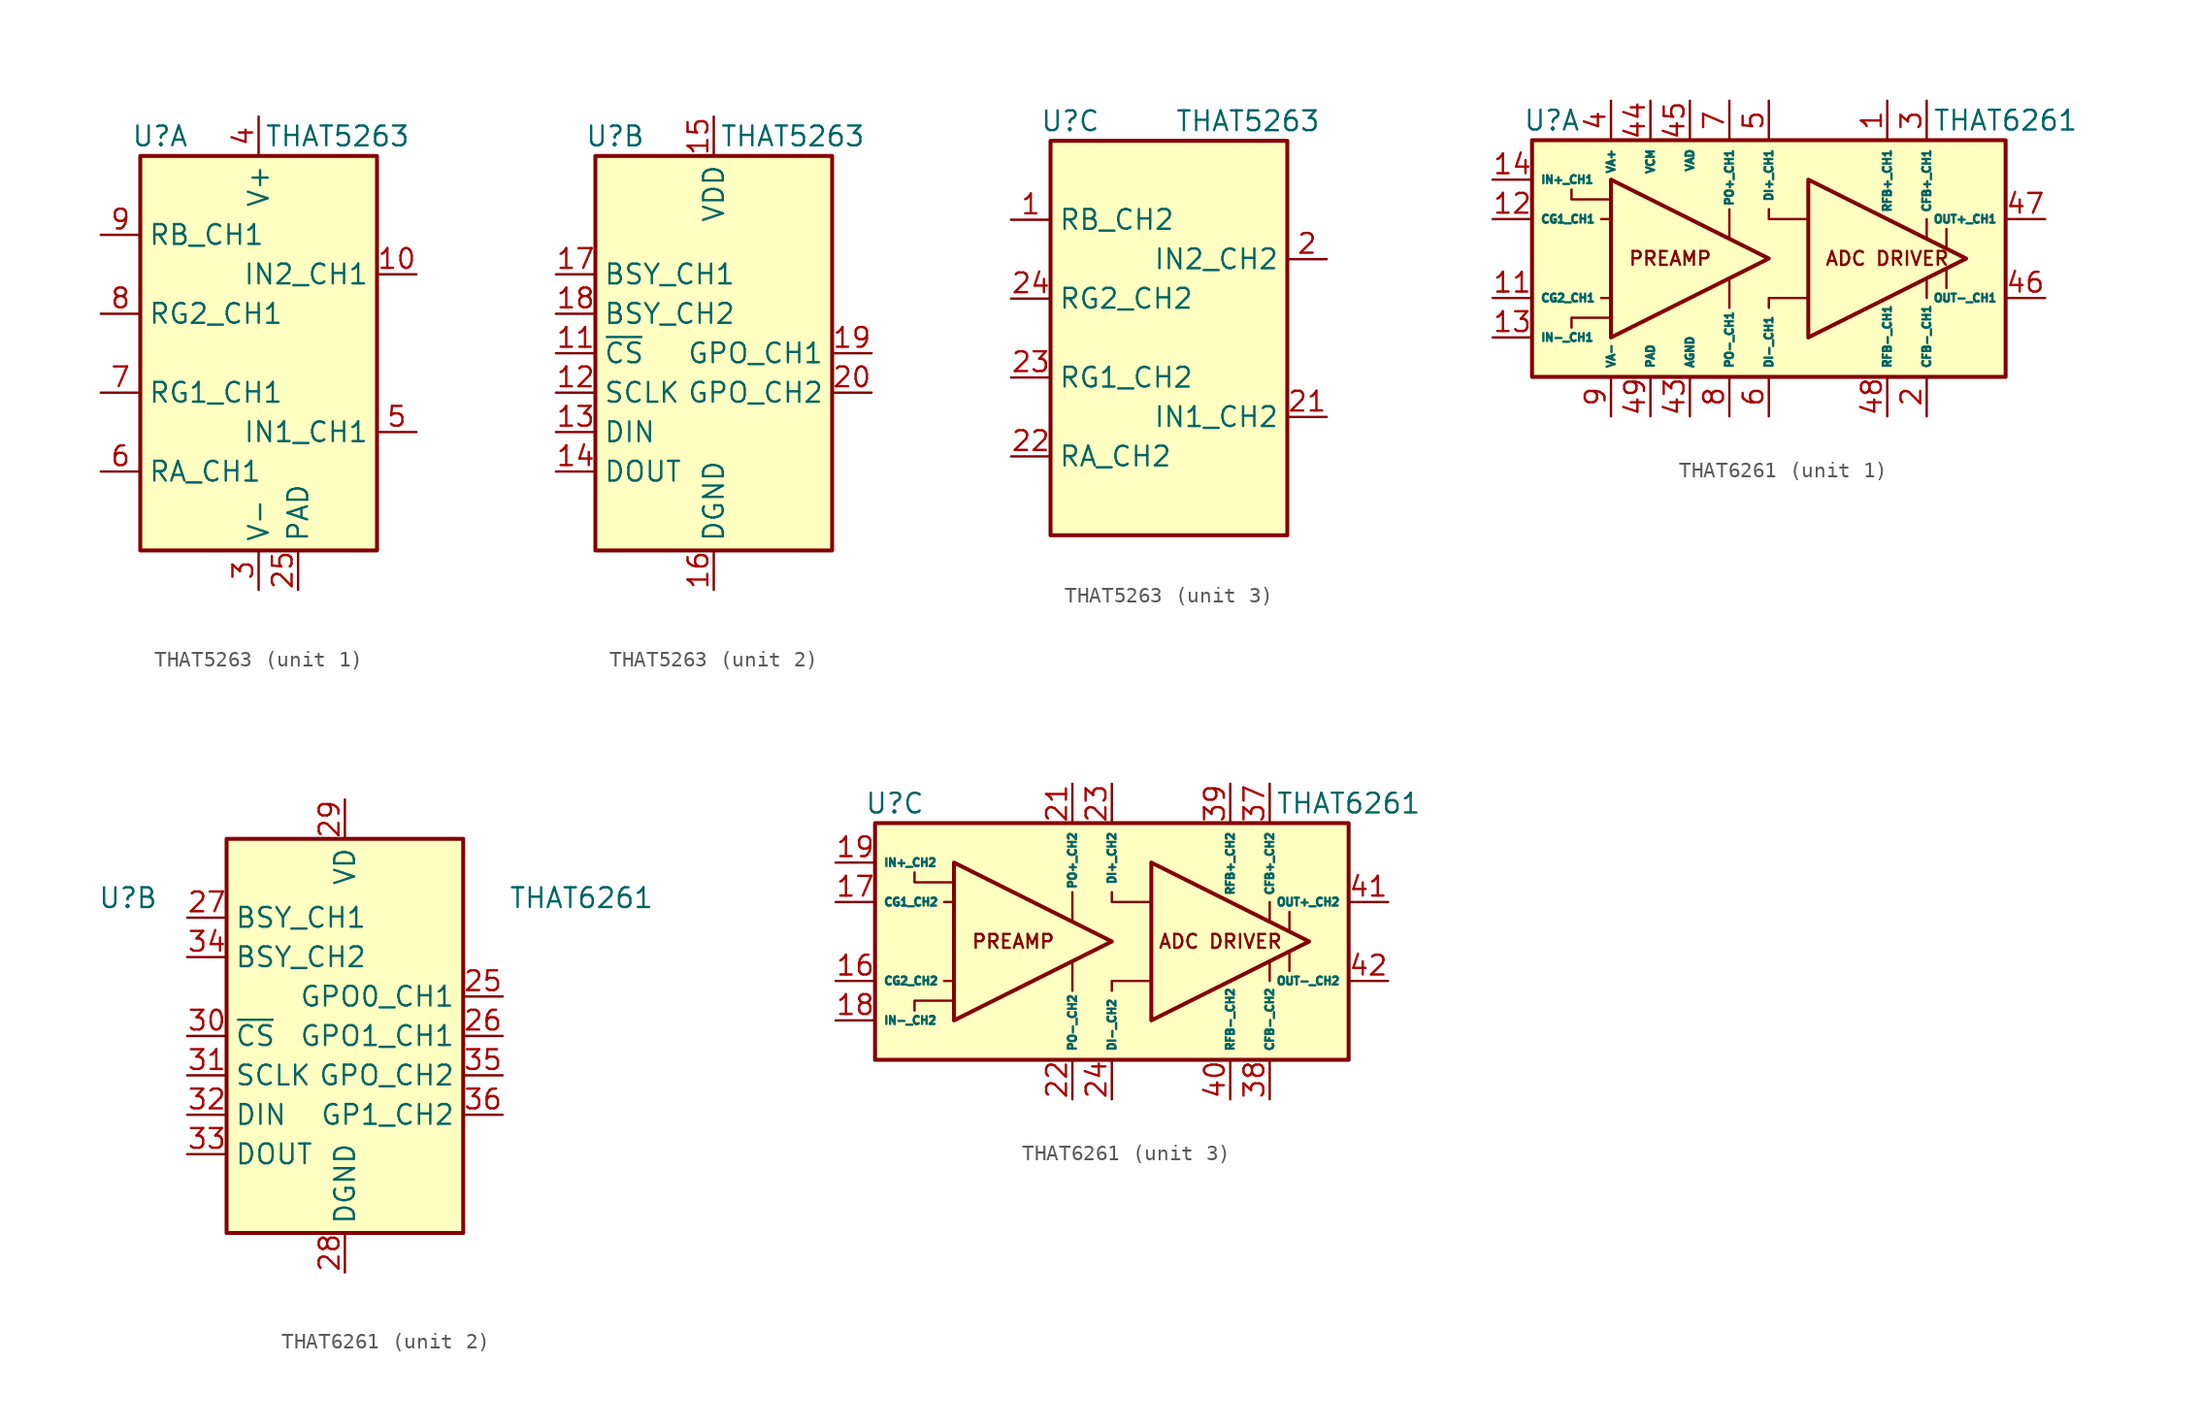
<source format=kicad_sym>
(kicad_symbol_lib
  (version 20201005)
  (generator kicad_symbol_editor)
  (symbol "THAT5263"
    (property "Reference" "U"
      (at -6.35 13.97 0)
      (effects (font (size 1.27 1.27))))
    (property "Value" "THAT5263"
      (at 5.08 13.97 0)
      (effects (font (size 1.27 1.27))))
    (property "ki_locked" ""
      (at 0 0 0)
      (effects (font (size 1.27 1.27))))
    (symbol "THAT5263_0_1"
      (rectangle (start -7.62 12.7) (end 7.62 -12.7) (stroke (width 0.254)) (fill (type background))))
    (symbol "THAT5263_1_1"
      (pin input line (at 10.16 5.08 180) (length 2.54) (name "IN2_CH1" (effects (font (size 1.27 1.27)))) (number "10" (effects (font (size 1.27 1.27)))))
      (pin passive line (at 2.54 -15.24 90) (length 2.54) (name "PAD" (effects (font (size 1.27 1.27)))) (number "25" (effects (font (size 1.27 1.27)))))
      (pin power_in line (at 0 -15.24 90) (length 2.54) (name "V-" (effects (font (size 1.27 1.27)))) (number "3" (effects (font (size 1.27 1.27)))))
      (pin power_in line (at 0 15.24 270) (length 2.54) (name "V+" (effects (font (size 1.27 1.27)))) (number "4" (effects (font (size 1.27 1.27)))))
      (pin input line (at 10.16 -5.08 180) (length 2.54) (name "IN1_CH1" (effects (font (size 1.27 1.27)))) (number "5" (effects (font (size 1.27 1.27)))))
      (pin passive line (at -10.16 -7.62 0) (length 2.54) (name "RA_CH1" (effects (font (size 1.27 1.27)))) (number "6" (effects (font (size 1.27 1.27)))))
      (pin passive line (at -10.16 -2.54 0) (length 2.54) (name "RG1_CH1" (effects (font (size 1.27 1.27)))) (number "7" (effects (font (size 1.27 1.27)))))
      (pin passive line (at -10.16 2.54 0) (length 2.54) (name "RG2_CH1" (effects (font (size 1.27 1.27)))) (number "8" (effects (font (size 1.27 1.27)))))
      (pin passive line (at -10.16 7.62 0) (length 2.54) (name "RB_CH1" (effects (font (size 1.27 1.27)))) (number "9" (effects (font (size 1.27 1.27))))))
    (symbol "THAT5263_2_1"
      (pin input line (at -10.16 0 0) (length 2.54) (name "~CS" (effects (font (size 1.27 1.27)))) (number "11" (effects (font (size 1.27 1.27)))))
      (pin input line (at -10.16 -2.54 0) (length 2.54) (name "SCLK" (effects (font (size 1.27 1.27)))) (number "12" (effects (font (size 1.27 1.27)))))
      (pin input line (at -10.16 -5.08 0) (length 2.54) (name "DIN" (effects (font (size 1.27 1.27)))) (number "13" (effects (font (size 1.27 1.27)))))
      (pin tri_state line (at -10.16 -7.62 0) (length 2.54) (name "DOUT" (effects (font (size 1.27 1.27)))) (number "14" (effects (font (size 1.27 1.27)))))
      (pin power_in line (at 0 15.24 270) (length 2.54) (name "VDD" (effects (font (size 1.27 1.27)))) (number "15" (effects (font (size 1.27 1.27)))))
      (pin power_in line (at 0 -15.24 90) (length 2.54) (name "DGND" (effects (font (size 1.27 1.27)))) (number "16" (effects (font (size 1.27 1.27)))))
      (pin output line (at -10.16 5.08 0) (length 2.54) (name "BSY_CH1" (effects (font (size 1.27 1.27)))) (number "17" (effects (font (size 1.27 1.27)))))
      (pin output line (at -10.16 2.54 0) (length 2.54) (name "BSY_CH2" (effects (font (size 1.27 1.27)))) (number "18" (effects (font (size 1.27 1.27)))))
      (pin output line (at 10.16 0 180) (length 2.54) (name "GPO_CH1" (effects (font (size 1.27 1.27)))) (number "19" (effects (font (size 1.27 1.27)))))
      (pin output line (at 10.16 -2.54 180) (length 2.54) (name "GPO_CH2" (effects (font (size 1.27 1.27)))) (number "20" (effects (font (size 1.27 1.27))))))
    (symbol "THAT5263_3_1"
      (pin passive line (at -10.16 7.62 0) (length 2.54) (name "RB_CH2" (effects (font (size 1.27 1.27)))) (number "1" (effects (font (size 1.27 1.27)))))
      (pin input line (at 10.16 5.08 180) (length 2.54) (name "IN2_CH2" (effects (font (size 1.27 1.27)))) (number "2" (effects (font (size 1.27 1.27)))))
      (pin input line (at 10.16 -5.08 180) (length 2.54) (name "IN1_CH2" (effects (font (size 1.27 1.27)))) (number "21" (effects (font (size 1.27 1.27)))))
      (pin passive line (at -10.16 -7.62 0) (length 2.54) (name "RA_CH2" (effects (font (size 1.27 1.27)))) (number "22" (effects (font (size 1.27 1.27)))))
      (pin passive line (at -10.16 -2.54 0) (length 2.54) (name "RG1_CH2" (effects (font (size 1.27 1.27)))) (number "23" (effects (font (size 1.27 1.27)))))
      (pin passive line (at -10.16 2.54 0) (length 2.54) (name "RG2_CH2" (effects (font (size 1.27 1.27)))) (number "24" (effects (font (size 1.27 1.27)))))))
  (symbol "THAT6261"
    (property "Reference" "U"
      (at -13.97 8.89 0)
      (effects (font (size 1.27 1.27))))
    (property "Value" "THAT6261"
      (at 15.24 8.89 0)
      (effects (font (size 1.27 1.27))))
    (property "ki_locked" ""
      (at 0 0 0)
      (effects (font (size 1.27 1.27))))
    (symbol "THAT6261_1_0"
      (text "ADC DRIVER" (at 7.62 0 0) (effects (font (size 0.889 0.889))))
      (text "PREAMP" (at -6.35 0 0) (effects (font (size 0.889 0.889))))
      (polyline (pts (xy -10.795 -2.54) (xy -10.16 -2.54)) (stroke (width 0)) (fill (type none)))
      (polyline (pts (xy -10.795 2.54) (xy -10.16 2.54)) (stroke (width 0)) (fill (type none)))
      (polyline (pts (xy -2.54 -3.175) (xy -2.54 -1.27)) (stroke (width 0)) (fill (type none)))
      (polyline (pts (xy -2.54 3.175) (xy -2.54 1.27)) (stroke (width 0)) (fill (type none)))
      (polyline (pts (xy 10.16 -1.27) (xy 10.16 -2.54)) (stroke (width 0)) (fill (type none)))
      (polyline (pts (xy 10.16 2.54) (xy 10.16 1.27)) (stroke (width 0)) (fill (type none)))
      (polyline (pts (xy 11.43 -1.905) (xy 11.43 -0.635)) (stroke (width 0)) (fill (type none)))
      (polyline (pts (xy 11.43 0.635) (xy 11.43 1.905)) (stroke (width 0)) (fill (type none)))
      (polyline (pts (xy -12.7 -4.445) (xy -12.7 -3.81) (xy -10.16 -3.81)) (stroke (width 0)) (fill (type none)))
      (polyline (pts (xy 0 -3.175) (xy 0 -2.54) (xy 2.54 -2.54)) (stroke (width 0)) (fill (type none)))
      (polyline (pts (xy 0 3.175) (xy 0 2.54) (xy 2.54 2.54)) (stroke (width 0)) (fill (type none)))
      (polyline (pts (xy -12.7 4.445) (xy -12.7 3.81) (xy -10.795 3.81) (xy -10.16 3.81)) (stroke (width 0)) (fill (type none))))
    (symbol "THAT6261_1_1"
      (rectangle (start -15.24 7.62) (end 15.24 -7.62) (stroke (width 0.254)) (fill (type background)))
      (polyline (pts (xy 0 0) (xy -10.16 5.08) (xy -10.16 -5.08) (xy 0 0)) (stroke (width 0.254)) (fill (type background)))
      (polyline (pts (xy 2.54 -5.08) (xy 2.54 5.08) (xy 12.7 0) (xy 2.54 -5.08)) (stroke (width 0.254)) (fill (type background)))
      (pin passive line (at 7.62 10.16 270) (length 2.54) (name "RFB+_CH1" (effects (font (size 0.508 0.508)))) (number "1" (effects (font (size 1.27 1.27)))))
      (pin passive line (at -10.16 10.16 270) (length 2.54) hide (name "VA+" (effects (font (size 0.508 0.508)))) (number "10" (effects (font (size 1.27 1.27)))))
      (pin passive line (at -17.78 -2.54 0) (length 2.54) (name "CG2_CH1" (effects (font (size 0.508 0.508)))) (number "11" (effects (font (size 1.27 1.27)))))
      (pin passive line (at -17.78 2.54 0) (length 2.54) (name "CG1_CH1" (effects (font (size 0.508 0.508)))) (number "12" (effects (font (size 1.27 1.27)))))
      (pin input line (at -17.78 -5.08 0) (length 2.54) (name "IN-_CH1" (effects (font (size 0.508 0.508)))) (number "13" (effects (font (size 1.27 1.27)))))
      (pin input line (at -17.78 5.08 0) (length 2.54) (name "IN+_CH1" (effects (font (size 0.508 0.508)))) (number "14" (effects (font (size 1.27 1.27)))))
      (pin passive line (at -10.16 -10.16 90) (length 2.54) hide (name "VA-" (effects (font (size 0.508 0.508)))) (number "15" (effects (font (size 1.27 1.27)))))
      (pin passive line (at 10.16 -10.16 90) (length 2.54) (name "CFB-_CH1" (effects (font (size 0.508 0.508)))) (number "2" (effects (font (size 1.27 1.27)))))
      (pin passive line (at -10.16 -10.16 90) (length 2.54) hide (name "VA-" (effects (font (size 0.508 0.508)))) (number "20" (effects (font (size 1.27 1.27)))))
      (pin passive line (at 10.16 10.16 270) (length 2.54) (name "CFB+_CH1" (effects (font (size 0.508 0.508)))) (number "3" (effects (font (size 1.27 1.27)))))
      (pin power_in line (at -10.16 10.16 270) (length 2.54) (name "VA+" (effects (font (size 0.508 0.508)))) (number "4" (effects (font (size 1.27 1.27)))))
      (pin power_in line (at -5.08 -10.16 90) (length 2.54) (name "AGND" (effects (font (size 0.508 0.508)))) (number "43" (effects (font (size 1.27 1.27)))))
      (pin power_in line (at -7.62 10.16 270) (length 2.54) (name "VCM" (effects (font (size 0.508 0.508)))) (number "44" (effects (font (size 1.27 1.27)))))
      (pin power_in line (at -5.08 10.16 270) (length 2.54) (name "VAD" (effects (font (size 0.508 0.508)))) (number "45" (effects (font (size 1.27 1.27)))))
      (pin output line (at 17.78 -2.54 180) (length 2.54) (name "OUT-_CH1" (effects (font (size 0.508 0.508)))) (number "46" (effects (font (size 1.27 1.27)))))
      (pin output line (at 17.78 2.54 180) (length 2.54) (name "OUT+_CH1" (effects (font (size 0.508 0.508)))) (number "47" (effects (font (size 1.27 1.27)))))
      (pin passive line (at 7.62 -10.16 90) (length 2.54) (name "RFB-_CH1" (effects (font (size 0.508 0.508)))) (number "48" (effects (font (size 1.27 1.27)))))
      (pin passive line (at -7.62 -10.16 90) (length 2.54) (name "PAD" (effects (font (size 0.508 0.508)))) (number "49" (effects (font (size 1.27 1.27)))))
      (pin input line (at 0 10.16 270) (length 2.54) (name "DI+_CH1" (effects (font (size 0.508 0.508)))) (number "5" (effects (font (size 1.27 1.27)))))
      (pin input line (at 0 -10.16 90) (length 2.54) (name "DI-_CH1" (effects (font (size 0.508 0.508)))) (number "6" (effects (font (size 1.27 1.27)))))
      (pin output line (at -2.54 10.16 270) (length 2.54) (name "PO+_CH1" (effects (font (size 0.508 0.508)))) (number "7" (effects (font (size 1.27 1.27)))))
      (pin output line (at -2.54 -10.16 90) (length 2.54) (name "PO-_CH1" (effects (font (size 0.508 0.508)))) (number "8" (effects (font (size 1.27 1.27)))))
      (pin power_in line (at -10.16 -10.16 90) (length 2.54) (name "VA-" (effects (font (size 0.508 0.508)))) (number "9" (effects (font (size 1.27 1.27))))))
    (symbol "THAT6261_2_1"
      (rectangle (start -7.62 12.7) (end 7.62 -12.7) (stroke (width 0.254)) (fill (type background)))
      (pin output line (at 10.16 2.54 180) (length 2.54) (name "GPO0_CH1" (effects (font (size 1.27 1.27)))) (number "25" (effects (font (size 1.27 1.27)))))
      (pin output line (at 10.16 0 180) (length 2.54) (name "GPO1_CH1" (effects (font (size 1.27 1.27)))) (number "26" (effects (font (size 1.27 1.27)))))
      (pin output line (at -10.16 7.62 0) (length 2.54) (name "BSY_CH1" (effects (font (size 1.27 1.27)))) (number "27" (effects (font (size 1.27 1.27)))))
      (pin power_in line (at 0 -15.24 90) (length 2.54) (name "DGND" (effects (font (size 1.27 1.27)))) (number "28" (effects (font (size 1.27 1.27)))))
      (pin power_in line (at 0 15.24 270) (length 2.54) (name "VD" (effects (font (size 1.27 1.27)))) (number "29" (effects (font (size 1.27 1.27)))))
      (pin input line (at -10.16 0 0) (length 2.54) (name "~CS" (effects (font (size 1.27 1.27)))) (number "30" (effects (font (size 1.27 1.27)))))
      (pin input line (at -10.16 -2.54 0) (length 2.54) (name "SCLK" (effects (font (size 1.27 1.27)))) (number "31" (effects (font (size 1.27 1.27)))))
      (pin input line (at -10.16 -5.08 0) (length 2.54) (name "DIN" (effects (font (size 1.27 1.27)))) (number "32" (effects (font (size 1.27 1.27)))))
      (pin tri_state line (at -10.16 -7.62 0) (length 2.54) (name "DOUT" (effects (font (size 1.27 1.27)))) (number "33" (effects (font (size 1.27 1.27)))))
      (pin output line (at -10.16 5.08 0) (length 2.54) (name "BSY_CH2" (effects (font (size 1.27 1.27)))) (number "34" (effects (font (size 1.27 1.27)))))
      (pin output line (at 10.16 -2.54 180) (length 2.54) (name "GPO_CH2" (effects (font (size 1.27 1.27)))) (number "35" (effects (font (size 1.27 1.27)))))
      (pin output line (at 10.16 -5.08 180) (length 2.54) (name "GP1_CH2" (effects (font (size 1.27 1.27)))) (number "36" (effects (font (size 1.27 1.27))))))
    (symbol "THAT6261_3_0"
      (text "ADC DRIVER" (at 6.985 0 0) (effects (font (size 0.889 0.889))))
      (text "PREAMP" (at -6.35 0 0) (effects (font (size 0.889 0.889))))
      (polyline (pts (xy -10.795 2.54) (xy -10.16 2.54)) (stroke (width 0)) (fill (type none)))
      (polyline (pts (xy -10.16 -2.54) (xy -10.795 -2.54)) (stroke (width 0)) (fill (type none)))
      (polyline (pts (xy -2.54 -3.175) (xy -2.54 -1.27)) (stroke (width 0)) (fill (type none)))
      (polyline (pts (xy -2.54 3.175) (xy -2.54 1.27)) (stroke (width 0)) (fill (type none)))
      (polyline (pts (xy 10.16 -1.27) (xy 10.16 -2.54)) (stroke (width 0)) (fill (type none)))
      (polyline (pts (xy 10.16 2.54) (xy 10.16 1.27)) (stroke (width 0)) (fill (type none)))
      (polyline (pts (xy 11.43 -0.635) (xy 11.43 -1.905)) (stroke (width 0)) (fill (type none)))
      (polyline (pts (xy 11.43 1.905) (xy 11.43 0.635)) (stroke (width 0)) (fill (type none)))
      (polyline (pts (xy -12.7 -4.445) (xy -12.7 -3.81) (xy -10.16 -3.81)) (stroke (width 0)) (fill (type none)))
      (polyline (pts (xy -12.7 4.445) (xy -12.7 3.81) (xy -10.16 3.81)) (stroke (width 0)) (fill (type none)))
      (polyline (pts (xy 0 -3.175) (xy 0 -2.54) (xy 2.54 -2.54)) (stroke (width 0)) (fill (type none)))
      (polyline (pts (xy 0 3.175) (xy 0 2.54) (xy 2.54 2.54)) (stroke (width 0)) (fill (type none))))
    (symbol "THAT6261_3_1"
      (rectangle (start -15.24 7.62) (end 15.24 -7.62) (stroke (width 0.254)) (fill (type background)))
      (polyline (pts (xy 0 0) (xy -10.16 5.08) (xy -10.16 -5.08) (xy 0 0)) (stroke (width 0.254)) (fill (type background)))
      (polyline (pts (xy 2.54 -5.08) (xy 2.54 5.08) (xy 12.7 0) (xy 2.54 -5.08)) (stroke (width 0.254)) (fill (type background)))
      (pin passive line (at -17.78 -2.54 0) (length 2.54) (name "CG2_CH2" (effects (font (size 0.508 0.508)))) (number "16" (effects (font (size 1.27 1.27)))))
      (pin passive line (at -17.78 2.54 0) (length 2.54) (name "CG1_CH2" (effects (font (size 0.508 0.508)))) (number "17" (effects (font (size 1.27 1.27)))))
      (pin input line (at -17.78 -5.08 0) (length 2.54) (name "IN-_CH2" (effects (font (size 0.508 0.508)))) (number "18" (effects (font (size 1.27 1.27)))))
      (pin input line (at -17.78 5.08 0) (length 2.54) (name "IN+_CH2" (effects (font (size 0.508 0.508)))) (number "19" (effects (font (size 1.27 1.27)))))
      (pin output line (at -2.54 10.16 270) (length 2.54) (name "PO+_CH2" (effects (font (size 0.508 0.508)))) (number "21" (effects (font (size 1.27 1.27)))))
      (pin output line (at -2.54 -10.16 90) (length 2.54) (name "PO-_CH2" (effects (font (size 0.508 0.508)))) (number "22" (effects (font (size 1.27 1.27)))))
      (pin input line (at 0 10.16 270) (length 2.54) (name "DI+_CH2" (effects (font (size 0.508 0.508)))) (number "23" (effects (font (size 1.27 1.27)))))
      (pin input line (at 0 -10.16 90) (length 2.54) (name "DI-_CH2" (effects (font (size 0.508 0.508)))) (number "24" (effects (font (size 1.27 1.27)))))
      (pin passive line (at 10.16 10.16 270) (length 2.54) (name "CFB+_CH2" (effects (font (size 0.508 0.508)))) (number "37" (effects (font (size 1.27 1.27)))))
      (pin passive line (at 10.16 -10.16 90) (length 2.54) (name "CFB-_CH2" (effects (font (size 0.508 0.508)))) (number "38" (effects (font (size 1.27 1.27)))))
      (pin passive line (at 7.62 10.16 270) (length 2.54) (name "RFB+_CH2" (effects (font (size 0.508 0.508)))) (number "39" (effects (font (size 1.27 1.27)))))
      (pin passive line (at 7.62 -10.16 90) (length 2.54) (name "RFB-_CH2" (effects (font (size 0.508 0.508)))) (number "40" (effects (font (size 1.27 1.27)))))
      (pin output line (at 17.78 2.54 180) (length 2.54) (name "OUT+_CH2" (effects (font (size 0.508 0.508)))) (number "41" (effects (font (size 1.27 1.27)))))
      (pin output line (at 17.78 -2.54 180) (length 2.54) (name "OUT-_CH2" (effects (font (size 0.508 0.508)))) (number "42" (effects (font (size 1.27 1.27))))))))
</source>
